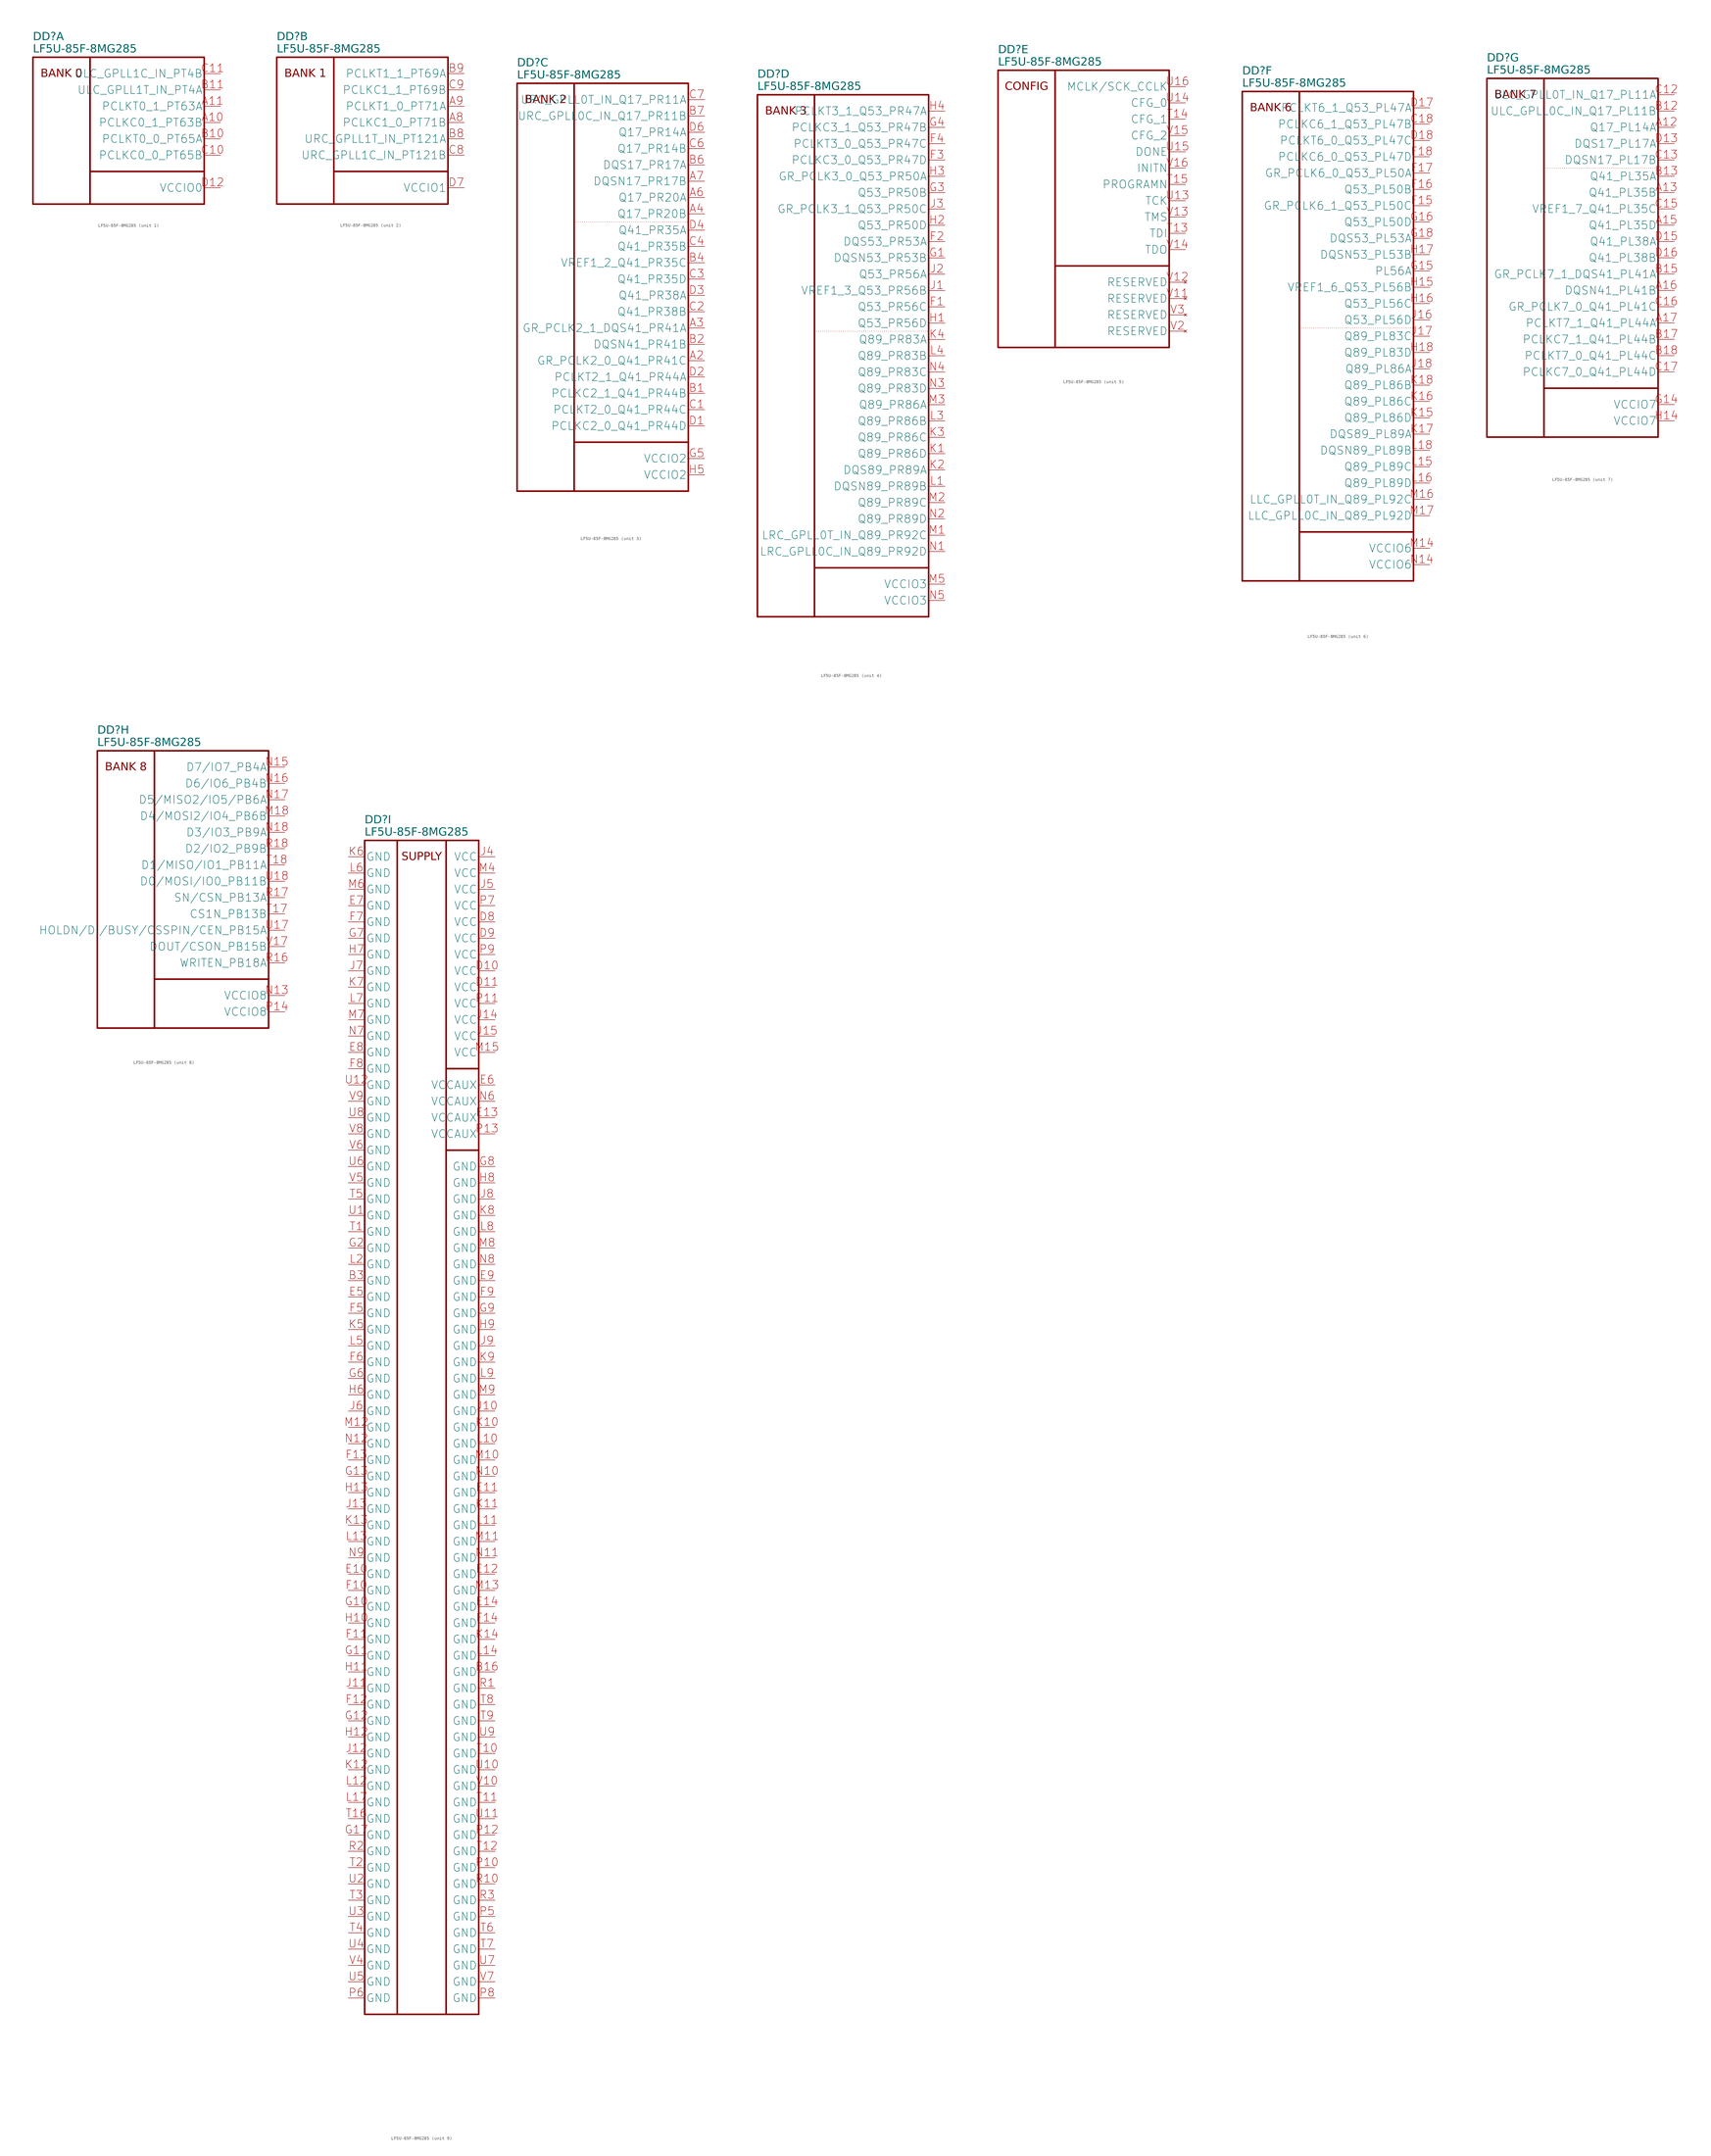
<source format=kicad_sym>
(kicad_symbol_lib
  (version 20231120)
  (generator "kicad_symbol_editor")
  (generator_version "8.0")
  (symbol "LF5U-85F-8MG285"
    (property "Reference" "DD"
      (at -17.78 26.67 0)
      (effects (font (face "GOST type A") (size 2.5 2.5) (italic yes)) (justify left)))
    (property "Value" "LF5U-85F-8MG285"
      (at -17.78 22.86 0)
      (effects (font (face "GOST type A") (size 2.5 2.5) (italic yes)) (justify left)))
    (property "ki_locked" ""
      (at 0 0 0)
      (effects (font (size 1.27 1.27))))
    (symbol "LF5U-85F-8MG285_1_1"
      (unit_name "BANK_0")
      (rectangle (start -17.78 20.32) (end 0 -25.4) (stroke (width 0.5) (type default)) (fill (type none)))
      (polyline (pts (xy 35.56 -15.24) (xy 0 -15.24)) (stroke (width 0.5) (type default)) (fill (type none)))
      (rectangle (start 0 20.32) (end 35.56 -25.4) (stroke (width 0.5) (type default)) (fill (type none)))
      (text "BANK 0" (at -8.89 15.24 0) (effects (font (face "GOST type A") (size 2.5 2.5) (italic yes))))
      (pin bidirectional line (at 40.64 0 180) (length 5) (name "PCLKC0_1_PT63B" (effects (font (size 2.5 2.5)))) (number "A10" (effects (font (size 2.5 2.5)))))
      (pin bidirectional line (at 40.64 5.08 180) (length 5) (name "PCLKT0_1_PT63A" (effects (font (size 2.5 2.5)))) (number "A11" (effects (font (size 2.5 2.5)))))
      (pin bidirectional line (at 40.64 -5.08 180) (length 5) (name "PCLKT0_0_PT65A" (effects (font (size 2.5 2.5)))) (number "B10" (effects (font (size 2.5 2.5)))))
      (pin bidirectional line (at 40.64 10.16 180) (length 5) (name "ULC_GPLL1T_IN_PT4A" (effects (font (size 2.5 2.5)))) (number "B11" (effects (font (size 2.5 2.5)))))
      (pin bidirectional line (at 40.64 -10.16 180) (length 5) (name "PCLKC0_0_PT65B" (effects (font (size 2.5 2.5)))) (number "C10" (effects (font (size 2.5 2.5)))))
      (pin bidirectional line (at 40.64 15.24 180) (length 5) (name "ULC_GPLL1C_IN_PT4B" (effects (font (size 2.5 2.5)))) (number "C11" (effects (font (size 2.5 2.5)))))
      (pin power_in line (at 40.64 -20.32 180) (length 5) (name "VCCIO0" (effects (font (size 2.5 2.5)))) (number "D12" (effects (font (size 2.5 2.5))))))
    (symbol "LF5U-85F-8MG285_2_1"
      (unit_name "BANK_1")
      (rectangle (start -17.78 20.32) (end 0 -25.4) (stroke (width 0.5) (type default)) (fill (type none)))
      (polyline (pts (xy 35.56 -15.24) (xy 0 -15.24)) (stroke (width 0.5) (type default)) (fill (type none)))
      (rectangle (start 0 20.32) (end 35.56 -25.4) (stroke (width 0.5) (type default)) (fill (type none)))
      (text "BANK 1" (at -8.89 15.24 0) (effects (font (face "GOST type A") (size 2.5 2.5) (italic yes))))
      (pin bidirectional line (at 40.64 0 180) (length 5) (name "PCLKC1_0_PT71B" (effects (font (size 2.5 2.5)))) (number "A8" (effects (font (size 2.5 2.5)))))
      (pin bidirectional line (at 40.64 5.08 180) (length 5) (name "PCLKT1_0_PT71A" (effects (font (size 2.5 2.5)))) (number "A9" (effects (font (size 2.5 2.5)))))
      (pin bidirectional line (at 40.64 -5.08 180) (length 5) (name "URC_GPLL1T_IN_PT121A" (effects (font (size 2.5 2.5)))) (number "B8" (effects (font (size 2.5 2.5)))))
      (pin bidirectional line (at 40.64 15.24 180) (length 5) (name "PCLKT1_1_PT69A" (effects (font (size 2.5 2.5)))) (number "B9" (effects (font (size 2.5 2.5)))))
      (pin bidirectional line (at 40.64 -10.16 180) (length 5) (name "URC_GPLL1C_IN_PT121B" (effects (font (size 2.5 2.5)))) (number "C8" (effects (font (size 2.5 2.5)))))
      (pin bidirectional line (at 40.64 10.16 180) (length 5) (name "PCLKC1_1_PT69B" (effects (font (size 2.5 2.5)))) (number "C9" (effects (font (size 2.5 2.5)))))
      (pin power_in line (at 40.64 -20.32 180) (length 5) (name "VCCIO1" (effects (font (size 2.5 2.5)))) (number "D7" (effects (font (size 2.5 2.5))))))
    (symbol "LF5U-85F-8MG285_3_1"
      (unit_name "BANK_2")
      (rectangle (start -17.78 20.32) (end 0 -106.68) (stroke (width 0.5) (type default)) (fill (type none)))
      (polyline (pts (xy 0 -22.86) (xy 35.56 -22.86)) (stroke (width 0) (type dot)) (fill (type none)))
      (polyline (pts (xy 35.56 -91.44) (xy 0 -91.44)) (stroke (width 0.5) (type default)) (fill (type none)))
      (rectangle (start 0 20.32) (end 35.56 -106.68) (stroke (width 0.5) (type default)) (fill (type none)))
      (text "BANK 2" (at -8.89 15.24 0) (effects (font (face "GOST type A") (size 2.5 2.5) (italic yes))))
      (pin bidirectional line (at 40.64 -66.04 180) (length 5) (name "GR_PCLK2_0_Q41_PR41C" (effects (font (size 2.5 2.5)))) (number "A2" (effects (font (size 2.5 2.5)))))
      (pin bidirectional line (at 40.64 -55.88 180) (length 5) (name "GR_PCLK2_1_DQS41_PR41A" (effects (font (size 2.5 2.5)))) (number "A3" (effects (font (size 2.5 2.5)))))
      (pin bidirectional line (at 40.64 -20.32 180) (length 5) (name "Q17_PR20B" (effects (font (size 2.5 2.5)))) (number "A4" (effects (font (size 2.5 2.5)))))
      (pin bidirectional line (at 40.64 -15.24 180) (length 5) (name "Q17_PR20A" (effects (font (size 2.5 2.5)))) (number "A6" (effects (font (size 2.5 2.5)))))
      (pin bidirectional line (at 40.64 -10.16 180) (length 5) (name "DQSN17_PR17B" (effects (font (size 2.5 2.5)))) (number "A7" (effects (font (size 2.5 2.5)))))
      (pin bidirectional line (at 40.64 -76.2 180) (length 5) (name "PCLKC2_1_Q41_PR44B" (effects (font (size 2.5 2.5)))) (number "B1" (effects (font (size 2.5 2.5)))))
      (pin bidirectional line (at 40.64 -60.96 180) (length 5) (name "DQSN41_PR41B" (effects (font (size 2.5 2.5)))) (number "B2" (effects (font (size 2.5 2.5)))))
      (pin bidirectional line (at 40.64 -35.56 180) (length 5) (name "VREF1_2_Q41_PR35C" (effects (font (size 2.5 2.5)))) (number "B4" (effects (font (size 2.5 2.5)))))
      (pin bidirectional line (at 40.64 -5.08 180) (length 5) (name "DQS17_PR17A" (effects (font (size 2.5 2.5)))) (number "B6" (effects (font (size 2.5 2.5)))))
      (pin bidirectional line (at 40.64 10.16 180) (length 5) (name "URC_GPLL0C_IN_Q17_PR11B" (effects (font (size 2.5 2.5)))) (number "B7" (effects (font (size 2.5 2.5)))))
      (pin bidirectional line (at 40.64 -81.28 180) (length 5) (name "PCLKT2_0_Q41_PR44C" (effects (font (size 2.5 2.5)))) (number "C1" (effects (font (size 2.5 2.5)))))
      (pin bidirectional line (at 40.64 -50.8 180) (length 5) (name "Q41_PR38B" (effects (font (size 2.5 2.5)))) (number "C2" (effects (font (size 2.5 2.5)))))
      (pin bidirectional line (at 40.64 -40.64 180) (length 5) (name "Q41_PR35D" (effects (font (size 2.5 2.5)))) (number "C3" (effects (font (size 2.5 2.5)))))
      (pin bidirectional line (at 40.64 -30.48 180) (length 5) (name "Q41_PR35B" (effects (font (size 2.5 2.5)))) (number "C4" (effects (font (size 2.5 2.5)))))
      (pin bidirectional line (at 40.64 0 180) (length 5) (name "Q17_PR14B" (effects (font (size 2.5 2.5)))) (number "C6" (effects (font (size 2.5 2.5)))))
      (pin bidirectional line (at 40.64 15.24 180) (length 5) (name "URC_GPLL0T_IN_Q17_PR11A" (effects (font (size 2.5 2.5)))) (number "C7" (effects (font (size 2.5 2.5)))))
      (pin bidirectional line (at 40.64 -86.36 180) (length 5) (name "PCLKC2_0_Q41_PR44D" (effects (font (size 2.5 2.5)))) (number "D1" (effects (font (size 2.5 2.5)))))
      (pin bidirectional line (at 40.64 -71.12 180) (length 5) (name "PCLKT2_1_Q41_PR44A" (effects (font (size 2.5 2.5)))) (number "D2" (effects (font (size 2.5 2.5)))))
      (pin bidirectional line (at 40.64 -45.72 180) (length 5) (name "Q41_PR38A" (effects (font (size 2.5 2.5)))) (number "D3" (effects (font (size 2.5 2.5)))))
      (pin bidirectional line (at 40.64 -25.4 180) (length 5) (name "Q41_PR35A" (effects (font (size 2.5 2.5)))) (number "D4" (effects (font (size 2.5 2.5)))))
      (pin bidirectional line (at 40.64 5.08 180) (length 5) (name "Q17_PR14A" (effects (font (size 2.5 2.5)))) (number "D6" (effects (font (size 2.5 2.5)))))
      (pin power_in line (at 40.64 -96.52 180) (length 5) (name "VCCIO2" (effects (font (size 2.5 2.5)))) (number "G5" (effects (font (size 2.5 2.5)))))
      (pin power_in line (at 40.64 -101.6 180) (length 5) (name "VCCIO2" (effects (font (size 2.5 2.5)))) (number "H5" (effects (font (size 2.5 2.5))))))
    (symbol "LF5U-85F-8MG285_4_1"
      (unit_name "BANK_3")
      (rectangle (start -17.78 20.32) (end 0 -142.24) (stroke (width 0.5) (type default)) (fill (type none)))
      (polyline (pts (xy 0 -53.34) (xy 35.56 -53.34)) (stroke (width 0) (type dot)) (fill (type none)))
      (polyline (pts (xy 35.56 -127) (xy 0 -127)) (stroke (width 0.5) (type default)) (fill (type none)))
      (rectangle (start 0 20.32) (end 35.56 -142.24) (stroke (width 0.5) (type default)) (fill (type none)))
      (text "BANK 3" (at -8.89 15.24 0) (effects (font (face "GOST type A") (size 2.5 2.5) (italic yes))))
      (pin bidirectional line (at 40.64 -45.72 180) (length 5) (name "Q53_PR56C" (effects (font (size 2.5 2.5)))) (number "F1" (effects (font (size 2.5 2.5)))))
      (pin bidirectional line (at 40.64 -25.4 180) (length 5) (name "DQS53_PR53A" (effects (font (size 2.5 2.5)))) (number "F2" (effects (font (size 2.5 2.5)))))
      (pin bidirectional line (at 40.64 0 180) (length 5) (name "PCLKC3_0_Q53_PR47D" (effects (font (size 2.5 2.5)))) (number "F3" (effects (font (size 2.5 2.5)))))
      (pin bidirectional line (at 40.64 5.08 180) (length 5) (name "PCLKT3_0_Q53_PR47C" (effects (font (size 2.5 2.5)))) (number "F4" (effects (font (size 2.5 2.5)))))
      (pin bidirectional line (at 40.64 -30.48 180) (length 5) (name "DQSN53_PR53B" (effects (font (size 2.5 2.5)))) (number "G1" (effects (font (size 2.5 2.5)))))
      (pin bidirectional line (at 40.64 -10.16 180) (length 5) (name "Q53_PR50B" (effects (font (size 2.5 2.5)))) (number "G3" (effects (font (size 2.5 2.5)))))
      (pin bidirectional line (at 40.64 10.16 180) (length 5) (name "PCLKC3_1_Q53_PR47B" (effects (font (size 2.5 2.5)))) (number "G4" (effects (font (size 2.5 2.5)))))
      (pin bidirectional line (at 40.64 -50.8 180) (length 5) (name "Q53_PR56D" (effects (font (size 2.5 2.5)))) (number "H1" (effects (font (size 2.5 2.5)))))
      (pin bidirectional line (at 40.64 -20.32 180) (length 5) (name "Q53_PR50D" (effects (font (size 2.5 2.5)))) (number "H2" (effects (font (size 2.5 2.5)))))
      (pin bidirectional line (at 40.64 -5.08 180) (length 5) (name "GR_PCLK3_0_Q53_PR50A" (effects (font (size 2.5 2.5)))) (number "H3" (effects (font (size 2.5 2.5)))))
      (pin bidirectional line (at 40.64 15.24 180) (length 5) (name "PCLKT3_1_Q53_PR47A" (effects (font (size 2.5 2.5)))) (number "H4" (effects (font (size 2.5 2.5)))))
      (pin bidirectional line (at 40.64 -40.64 180) (length 5) (name "VREF1_3_Q53_PR56B" (effects (font (size 2.5 2.5)))) (number "J1" (effects (font (size 2.5 2.5)))))
      (pin bidirectional line (at 40.64 -35.56 180) (length 5) (name "Q53_PR56A" (effects (font (size 2.5 2.5)))) (number "J2" (effects (font (size 2.5 2.5)))))
      (pin bidirectional line (at 40.64 -15.24 180) (length 5) (name "GR_PCLK3_1_Q53_PR50C" (effects (font (size 2.5 2.5)))) (number "J3" (effects (font (size 2.5 2.5)))))
      (pin bidirectional line (at 40.64 -91.44 180) (length 5) (name "Q89_PR86D" (effects (font (size 2.5 2.5)))) (number "K1" (effects (font (size 2.5 2.5)))))
      (pin bidirectional line (at 40.64 -96.52 180) (length 5) (name "DQS89_PR89A" (effects (font (size 2.5 2.5)))) (number "K2" (effects (font (size 2.5 2.5)))))
      (pin bidirectional line (at 40.64 -86.36 180) (length 5) (name "Q89_PR86C" (effects (font (size 2.5 2.5)))) (number "K3" (effects (font (size 2.5 2.5)))))
      (pin bidirectional line (at 40.64 -55.88 180) (length 5) (name "Q89_PR83A" (effects (font (size 2.5 2.5)))) (number "K4" (effects (font (size 2.5 2.5)))))
      (pin bidirectional line (at 40.64 -101.6 180) (length 5) (name "DQSN89_PR89B" (effects (font (size 2.5 2.5)))) (number "L1" (effects (font (size 2.5 2.5)))))
      (pin bidirectional line (at 40.64 -81.28 180) (length 5) (name "Q89_PR86B" (effects (font (size 2.5 2.5)))) (number "L3" (effects (font (size 2.5 2.5)))))
      (pin bidirectional line (at 40.64 -60.96 180) (length 5) (name "Q89_PR83B" (effects (font (size 2.5 2.5)))) (number "L4" (effects (font (size 2.5 2.5)))))
      (pin bidirectional line (at 40.64 -116.84 180) (length 5) (name "LRC_GPLL0T_IN_Q89_PR92C" (effects (font (size 2.5 2.5)))) (number "M1" (effects (font (size 2.5 2.5)))))
      (pin bidirectional line (at 40.64 -106.68 180) (length 5) (name "Q89_PR89C" (effects (font (size 2.5 2.5)))) (number "M2" (effects (font (size 2.5 2.5)))))
      (pin bidirectional line (at 40.64 -76.2 180) (length 5) (name "Q89_PR86A" (effects (font (size 2.5 2.5)))) (number "M3" (effects (font (size 2.5 2.5)))))
      (pin power_in line (at 40.64 -132.08 180) (length 5) (name "VCCIO3" (effects (font (size 2.5 2.5)))) (number "M5" (effects (font (size 2.5 2.5)))))
      (pin bidirectional line (at 40.64 -121.92 180) (length 5) (name "LRC_GPLL0C_IN_Q89_PR92D" (effects (font (size 2.5 2.5)))) (number "N1" (effects (font (size 2.5 2.5)))))
      (pin bidirectional line (at 40.64 -111.76 180) (length 5) (name "Q89_PR89D" (effects (font (size 2.5 2.5)))) (number "N2" (effects (font (size 2.5 2.5)))))
      (pin bidirectional line (at 40.64 -71.12 180) (length 5) (name "Q89_PR83D" (effects (font (size 2.5 2.5)))) (number "N3" (effects (font (size 2.5 2.5)))))
      (pin bidirectional line (at 40.64 -66.04 180) (length 5) (name "Q89_PR83C" (effects (font (size 2.5 2.5)))) (number "N4" (effects (font (size 2.5 2.5)))))
      (pin power_in line (at 40.64 -137.16 180) (length 5) (name "VCCIO3" (effects (font (size 2.5 2.5)))) (number "N5" (effects (font (size 2.5 2.5))))))
    (symbol "LF5U-85F-8MG285_5_1"
      (unit_name "CONFIG")
      (rectangle (start -17.78 20.32) (end 0 -66.04) (stroke (width 0.5) (type default)) (fill (type none)))
      (polyline (pts (xy 35.56 -40.64) (xy 0 -40.64)) (stroke (width 0.5) (type default)) (fill (type none)))
      (rectangle (start 0 20.32) (end 35.56 -66.04) (stroke (width 0.5) (type default)) (fill (type none)))
      (text "CONFIG" (at -8.89 15.24 0) (effects (font (face "GOST type A") (size 2.5 2.5) (italic yes))))
      (pin input line (at 40.64 -30.48 180) (length 5) (name "TDI" (effects (font (size 2.5 2.5)))) (number "T13" (effects (font (size 2.5 2.5)))))
      (pin passive line (at 40.64 5.08 180) (length 5) (name "CFG_1" (effects (font (size 2.5 2.5)))) (number "T14" (effects (font (size 2.5 2.5)))))
      (pin open_collector line (at 40.64 -15.24 180) (length 5) (name "PROGRAMN" (effects (font (size 2.5 2.5)))) (number "T15" (effects (font (size 2.5 2.5)))))
      (pin input line (at 40.64 -20.32 180) (length 5) (name "TCK" (effects (font (size 2.5 2.5)))) (number "U13" (effects (font (size 2.5 2.5)))))
      (pin passive line (at 40.64 10.16 180) (length 5) (name "CFG_0" (effects (font (size 2.5 2.5)))) (number "U14" (effects (font (size 2.5 2.5)))))
      (pin open_collector line (at 40.64 -5.08 180) (length 5) (name "DONE" (effects (font (size 2.5 2.5)))) (number "U15" (effects (font (size 2.5 2.5)))))
      (pin open_collector line (at 40.64 15.24 180) (length 5) (name "MCLK/SCK_CCLK" (effects (font (size 2.5 2.5)))) (number "U16" (effects (font (size 2.5 2.5)))))
      (pin no_connect line (at 40.64 -50.8 180) (length 5) (name "RESERVED" (effects (font (size 2.5 2.5)))) (number "V11" (effects (font (size 2.5 2.5)))))
      (pin no_connect line (at 40.64 -45.72 180) (length 5) (name "RESERVED" (effects (font (size 2.5 2.5)))) (number "V12" (effects (font (size 2.5 2.5)))))
      (pin input line (at 40.64 -25.4 180) (length 5) (name "TMS" (effects (font (size 2.5 2.5)))) (number "V13" (effects (font (size 2.5 2.5)))))
      (pin output line (at 40.64 -35.56 180) (length 5) (name "TDO" (effects (font (size 2.5 2.5)))) (number "V14" (effects (font (size 2.5 2.5)))))
      (pin passive line (at 40.64 0 180) (length 5) (name "CFG_2" (effects (font (size 2.5 2.5)))) (number "V15" (effects (font (size 2.5 2.5)))))
      (pin open_collector line (at 40.64 -10.16 180) (length 5) (name "INITN" (effects (font (size 2.5 2.5)))) (number "V16" (effects (font (size 2.5 2.5)))))
      (pin no_connect line (at 40.64 -60.96 180) (length 5) (name "RESERVED" (effects (font (size 2.5 2.5)))) (number "V2" (effects (font (size 2.5 2.5)))))
      (pin no_connect line (at 40.64 -55.88 180) (length 5) (name "RESERVED" (effects (font (size 2.5 2.5)))) (number "V3" (effects (font (size 2.5 2.5))))))
    (symbol "LF5U-85F-8MG285_6_1"
      (unit_name "BANK_6")
      (rectangle (start -17.78 20.32) (end 0 -132.08) (stroke (width 0.5) (type default)) (fill (type none)))
      (polyline (pts (xy 0 -53.34) (xy 35.56 -53.34)) (stroke (width 0) (type dot)) (fill (type none)))
      (polyline (pts (xy 35.56 -116.84) (xy 0 -116.84)) (stroke (width 0.5) (type default)) (fill (type none)))
      (rectangle (start 0 20.32) (end 35.56 -132.08) (stroke (width 0.5) (type default)) (fill (type none)))
      (text "BANK 6" (at -8.89 15.24 0) (effects (font (face "GOST type A") (size 2.5 2.5) (italic yes))))
      (pin bidirectional line (at 40.64 10.16 180) (length 5) (name "PCLKC6_1_Q53_PL47B" (effects (font (size 2.5 2.5)))) (number "C18" (effects (font (size 2.5 2.5)))))
      (pin bidirectional line (at 40.64 15.24 180) (length 5) (name "PCLKT6_1_Q53_PL47A" (effects (font (size 2.5 2.5)))) (number "D17" (effects (font (size 2.5 2.5)))))
      (pin bidirectional line (at 40.64 5.08 180) (length 5) (name "PCLKT6_0_Q53_PL47C" (effects (font (size 2.5 2.5)))) (number "D18" (effects (font (size 2.5 2.5)))))
      (pin bidirectional line (at 40.64 -15.24 180) (length 5) (name "GR_PCLK6_1_Q53_PL50C" (effects (font (size 2.5 2.5)))) (number "F15" (effects (font (size 2.5 2.5)))))
      (pin bidirectional line (at 40.64 -10.16 180) (length 5) (name "Q53_PL50B" (effects (font (size 2.5 2.5)))) (number "F16" (effects (font (size 2.5 2.5)))))
      (pin bidirectional line (at 40.64 -5.08 180) (length 5) (name "GR_PCLK6_0_Q53_PL50A" (effects (font (size 2.5 2.5)))) (number "F17" (effects (font (size 2.5 2.5)))))
      (pin bidirectional line (at 40.64 0 180) (length 5) (name "PCLKC6_0_Q53_PL47D" (effects (font (size 2.5 2.5)))) (number "F18" (effects (font (size 2.5 2.5)))))
      (pin bidirectional line (at 40.64 -35.56 180) (length 5) (name "PL56A" (effects (font (size 2.5 2.5)))) (number "G15" (effects (font (size 2.5 2.5)))))
      (pin bidirectional line (at 40.64 -20.32 180) (length 5) (name "Q53_PL50D" (effects (font (size 2.5 2.5)))) (number "G16" (effects (font (size 2.5 2.5)))))
      (pin bidirectional line (at 40.64 -25.4 180) (length 5) (name "DQS53_PL53A" (effects (font (size 2.5 2.5)))) (number "G18" (effects (font (size 2.5 2.5)))))
      (pin bidirectional line (at 40.64 -40.64 180) (length 5) (name "VREF1_6_Q53_PL56B" (effects (font (size 2.5 2.5)))) (number "H15" (effects (font (size 2.5 2.5)))))
      (pin bidirectional line (at 40.64 -45.72 180) (length 5) (name "Q53_PL56C" (effects (font (size 2.5 2.5)))) (number "H16" (effects (font (size 2.5 2.5)))))
      (pin bidirectional line (at 40.64 -30.48 180) (length 5) (name "DQSN53_PL53B" (effects (font (size 2.5 2.5)))) (number "H17" (effects (font (size 2.5 2.5)))))
      (pin bidirectional line (at 40.64 -60.96 180) (length 5) (name "Q89_PL83D" (effects (font (size 2.5 2.5)))) (number "H18" (effects (font (size 2.5 2.5)))))
      (pin bidirectional line (at 40.64 -50.8 180) (length 5) (name "Q53_PL56D" (effects (font (size 2.5 2.5)))) (number "J16" (effects (font (size 2.5 2.5)))))
      (pin bidirectional line (at 40.64 -55.88 180) (length 5) (name "Q89_PL83C" (effects (font (size 2.5 2.5)))) (number "J17" (effects (font (size 2.5 2.5)))))
      (pin bidirectional line (at 40.64 -66.04 180) (length 5) (name "Q89_PL86A" (effects (font (size 2.5 2.5)))) (number "J18" (effects (font (size 2.5 2.5)))))
      (pin bidirectional line (at 40.64 -81.28 180) (length 5) (name "Q89_PL86D" (effects (font (size 2.5 2.5)))) (number "K15" (effects (font (size 2.5 2.5)))))
      (pin bidirectional line (at 40.64 -76.2 180) (length 5) (name "Q89_PL86C" (effects (font (size 2.5 2.5)))) (number "K16" (effects (font (size 2.5 2.5)))))
      (pin bidirectional line (at 40.64 -86.36 180) (length 5) (name "DQS89_PL89A" (effects (font (size 2.5 2.5)))) (number "K17" (effects (font (size 2.5 2.5)))))
      (pin bidirectional line (at 40.64 -71.12 180) (length 5) (name "Q89_PL86B" (effects (font (size 2.5 2.5)))) (number "K18" (effects (font (size 2.5 2.5)))))
      (pin bidirectional line (at 40.64 -96.52 180) (length 5) (name "Q89_PL89C" (effects (font (size 2.5 2.5)))) (number "L15" (effects (font (size 2.5 2.5)))))
      (pin bidirectional line (at 40.64 -101.6 180) (length 5) (name "Q89_PL89D" (effects (font (size 2.5 2.5)))) (number "L16" (effects (font (size 2.5 2.5)))))
      (pin bidirectional line (at 40.64 -91.44 180) (length 5) (name "DQSN89_PL89B" (effects (font (size 2.5 2.5)))) (number "L18" (effects (font (size 2.5 2.5)))))
      (pin power_in line (at 40.64 -121.92 180) (length 5) (name "VCCIO6" (effects (font (size 2.5 2.5)))) (number "M14" (effects (font (size 2.5 2.5)))))
      (pin bidirectional line (at 40.64 -106.68 180) (length 5) (name "LLC_GPLL0T_IN_Q89_PL92C" (effects (font (size 2.5 2.5)))) (number "M16" (effects (font (size 2.5 2.5)))))
      (pin bidirectional line (at 40.64 -111.76 180) (length 5) (name "LLC_GPLL0C_IN_Q89_PL92D" (effects (font (size 2.5 2.5)))) (number "M17" (effects (font (size 2.5 2.5)))))
      (pin power_in line (at 40.64 -127 180) (length 5) (name "VCCIO6" (effects (font (size 2.5 2.5)))) (number "N14" (effects (font (size 2.5 2.5))))))
    (symbol "LF5U-85F-8MG285_7_1"
      (unit_name "BANK_7")
      (rectangle (start -17.78 20.32) (end 0 -91.44) (stroke (width 0.5) (type default)) (fill (type none)))
      (polyline (pts (xy 0 -7.62) (xy 35.56 -7.62)) (stroke (width 0) (type dot)) (fill (type none)))
      (polyline (pts (xy 35.56 -76.2) (xy 0 -76.2)) (stroke (width 0.5) (type default)) (fill (type none)))
      (rectangle (start 0 20.32) (end 35.56 -91.44) (stroke (width 0.5) (type default)) (fill (type none)))
      (text "BANK 7" (at -8.89 15.24 0) (effects (font (face "GOST type A") (size 2.5 2.5) (italic yes))))
      (pin bidirectional line (at 40.64 5.08 180) (length 5) (name "Q17_PL14A" (effects (font (size 2.5 2.5)))) (number "A12" (effects (font (size 2.5 2.5)))))
      (pin bidirectional line (at 40.64 -15.24 180) (length 5) (name "Q41_PL35B" (effects (font (size 2.5 2.5)))) (number "A13" (effects (font (size 2.5 2.5)))))
      (pin bidirectional line (at 40.64 -25.4 180) (length 5) (name "Q41_PL35D" (effects (font (size 2.5 2.5)))) (number "A15" (effects (font (size 2.5 2.5)))))
      (pin bidirectional line (at 40.64 -45.72 180) (length 5) (name "DQSN41_PL41B" (effects (font (size 2.5 2.5)))) (number "A16" (effects (font (size 2.5 2.5)))))
      (pin bidirectional line (at 40.64 -55.88 180) (length 5) (name "PCLKT7_1_Q41_PL44A" (effects (font (size 2.5 2.5)))) (number "A17" (effects (font (size 2.5 2.5)))))
      (pin bidirectional line (at 40.64 10.16 180) (length 5) (name "ULC_GPLL0C_IN_Q17_PL11B" (effects (font (size 2.5 2.5)))) (number "B12" (effects (font (size 2.5 2.5)))))
      (pin bidirectional line (at 40.64 -10.16 180) (length 5) (name "Q41_PL35A" (effects (font (size 2.5 2.5)))) (number "B13" (effects (font (size 2.5 2.5)))))
      (pin bidirectional line (at 40.64 -40.64 180) (length 5) (name "GR_PCLK7_1_DQS41_PL41A" (effects (font (size 2.5 2.5)))) (number "B15" (effects (font (size 2.5 2.5)))))
      (pin bidirectional line (at 40.64 -60.96 180) (length 5) (name "PCLKC7_1_Q41_PL44B" (effects (font (size 2.5 2.5)))) (number "B17" (effects (font (size 2.5 2.5)))))
      (pin bidirectional line (at 40.64 -66.04 180) (length 5) (name "PCLKT7_0_Q41_PL44C" (effects (font (size 2.5 2.5)))) (number "B18" (effects (font (size 2.5 2.5)))))
      (pin bidirectional line (at 40.64 15.24 180) (length 5) (name "ULC_GPLL0T_IN_Q17_PL11A" (effects (font (size 2.5 2.5)))) (number "C12" (effects (font (size 2.5 2.5)))))
      (pin bidirectional line (at 40.64 -5.08 180) (length 5) (name "DQSN17_PL17B" (effects (font (size 2.5 2.5)))) (number "C13" (effects (font (size 2.5 2.5)))))
      (pin bidirectional line (at 40.64 -20.32 180) (length 5) (name "VREF1_7_Q41_PL35C" (effects (font (size 2.5 2.5)))) (number "C15" (effects (font (size 2.5 2.5)))))
      (pin bidirectional line (at 40.64 -50.8 180) (length 5) (name "GR_PCLK7_0_Q41_PL41C" (effects (font (size 2.5 2.5)))) (number "C16" (effects (font (size 2.5 2.5)))))
      (pin bidirectional line (at 40.64 -71.12 180) (length 5) (name "PCLKC7_0_Q41_PL44D" (effects (font (size 2.5 2.5)))) (number "C17" (effects (font (size 2.5 2.5)))))
      (pin bidirectional line (at 40.64 0 180) (length 5) (name "DQS17_PL17A" (effects (font (size 2.5 2.5)))) (number "D13" (effects (font (size 2.5 2.5)))))
      (pin bidirectional line (at 40.64 -30.48 180) (length 5) (name "Q41_PL38A" (effects (font (size 2.5 2.5)))) (number "D15" (effects (font (size 2.5 2.5)))))
      (pin bidirectional line (at 40.64 -35.56 180) (length 5) (name "Q41_PL38B" (effects (font (size 2.5 2.5)))) (number "D16" (effects (font (size 2.5 2.5)))))
      (pin power_in line (at 40.64 -81.28 180) (length 5) (name "VCCIO7" (effects (font (size 2.5 2.5)))) (number "G14" (effects (font (size 2.5 2.5)))))
      (pin power_in line (at 40.64 -86.36 180) (length 5) (name "VCCIO7" (effects (font (size 2.5 2.5)))) (number "H14" (effects (font (size 2.5 2.5))))))
    (symbol "LF5U-85F-8MG285_8_1"
      (unit_name "BANK_8")
      (rectangle (start -17.78 20.32) (end 0 -66.04) (stroke (width 0.5) (type default)) (fill (type none)))
      (polyline (pts (xy 35.56 -50.8) (xy 0 -50.8)) (stroke (width 0.5) (type default)) (fill (type none)))
      (rectangle (start 0 20.32) (end 35.56 -66.04) (stroke (width 0.5) (type default)) (fill (type none)))
      (text "BANK 8" (at -8.89 15.24 0) (effects (font (face "GOST type A") (size 2.5 2.5) (italic yes))))
      (pin bidirectional line (at 40.64 0 180) (length 5) (name "D4/MOSI2/IO4_PB6B" (effects (font (size 2.5 2.5)))) (number "M18" (effects (font (size 2.5 2.5)))))
      (pin power_in line (at 40.64 -55.88 180) (length 5) (name "VCCIO8" (effects (font (size 2.5 2.5)))) (number "N13" (effects (font (size 2.5 2.5)))))
      (pin bidirectional line (at 40.64 15.24 180) (length 5) (name "D7/IO7_PB4A" (effects (font (size 2.5 2.5)))) (number "N15" (effects (font (size 2.5 2.5)))))
      (pin bidirectional line (at 40.64 10.16 180) (length 5) (name "D6/IO6_PB4B" (effects (font (size 2.5 2.5)))) (number "N16" (effects (font (size 2.5 2.5)))))
      (pin bidirectional line (at 40.64 5.08 180) (length 5) (name "D5/MISO2/IO5/PB6A" (effects (font (size 2.5 2.5)))) (number "N17" (effects (font (size 2.5 2.5)))))
      (pin bidirectional line (at 40.64 -5.08 180) (length 5) (name "D3/IO3_PB9A" (effects (font (size 2.5 2.5)))) (number "N18" (effects (font (size 2.5 2.5)))))
      (pin power_in line (at 40.64 -60.96 180) (length 5) (name "VCCIO8" (effects (font (size 2.5 2.5)))) (number "P14" (effects (font (size 2.5 2.5)))))
      (pin bidirectional line (at 40.64 -45.72 180) (length 5) (name "WRITEN_PB18A" (effects (font (size 2.5 2.5)))) (number "R16" (effects (font (size 2.5 2.5)))))
      (pin bidirectional line (at 40.64 -25.4 180) (length 5) (name "SN/CSN_PB13A" (effects (font (size 2.5 2.5)))) (number "R17" (effects (font (size 2.5 2.5)))))
      (pin bidirectional line (at 40.64 -10.16 180) (length 5) (name "D2/IO2_PB9B" (effects (font (size 2.5 2.5)))) (number "R18" (effects (font (size 2.5 2.5)))))
      (pin bidirectional line (at 40.64 -30.48 180) (length 5) (name "CS1N_PB13B" (effects (font (size 2.5 2.5)))) (number "T17" (effects (font (size 2.5 2.5)))))
      (pin bidirectional line (at 40.64 -15.24 180) (length 5) (name "D1/MISO/IO1_PB11A" (effects (font (size 2.5 2.5)))) (number "T18" (effects (font (size 2.5 2.5)))))
      (pin bidirectional line (at 40.64 -35.56 180) (length 5) (name "HOLDN/DI/BUSY/CSSPIN/CEN_PB15A" (effects (font (size 2.5 2.5)))) (number "U17" (effects (font (size 2.5 2.5)))))
      (pin bidirectional line (at 40.64 -20.32 180) (length 5) (name "D0/MOSI/IO0_PB11B" (effects (font (size 2.5 2.5)))) (number "U18" (effects (font (size 2.5 2.5)))))
      (pin bidirectional line (at 40.64 -40.64 180) (length 5) (name "DOUT/CSON_PB15B" (effects (font (size 2.5 2.5)))) (number "V17" (effects (font (size 2.5 2.5))))))
    (symbol "LF5U-85F-8MG285_9_1"
      (unit_name "SUPPLY")
      (rectangle (start -17.78 20.32) (end -7.62 -345.44) (stroke (width 0.5) (type default)) (fill (type none)))
      (rectangle (start -7.62 20.32) (end 7.62 -345.44) (stroke (width 0.5) (type default)) (fill (type none)))
      (rectangle (start 7.62 -76.2) (end 17.78 -345.44) (stroke (width 0.5) (type default)) (fill (type none)))
      (rectangle (start 7.62 -50.8) (end 17.78 -76.2) (stroke (width 0.5) (type default)) (fill (type none)))
      (rectangle (start 7.62 -50.8) (end 17.78 20.32) (stroke (width 0.5) (type default)) (fill (type none)))
      (text "SUPPLY" (at 0 15.24 0) (effects (font (face "GOST type A") (size 2.5 2.5) (italic yes))))
      (pin power_in line (at 22.86 -238.76 180) (length 5) (name "GND" (effects (font (size 2.5 2.5)))) (number "B16" (effects (font (size 2.5 2.5)))))
      (pin power_in line (at -22.86 -116.84 0) (length 5) (name "GND" (effects (font (size 2.5 2.5)))) (number "B3" (effects (font (size 2.5 2.5)))))
      (pin power_in line (at 22.86 -20.32 180) (length 5) (name "VCC" (effects (font (size 2.5 2.5)))) (number "D10" (effects (font (size 2.5 2.5)))))
      (pin power_in line (at 22.86 -25.4 180) (length 5) (name "VCC" (effects (font (size 2.5 2.5)))) (number "D11" (effects (font (size 2.5 2.5)))))
      (pin power_in line (at 22.86 -5.08 180) (length 5) (name "VCC" (effects (font (size 2.5 2.5)))) (number "D8" (effects (font (size 2.5 2.5)))))
      (pin power_in line (at 22.86 -10.16 180) (length 5) (name "VCC" (effects (font (size 2.5 2.5)))) (number "D9" (effects (font (size 2.5 2.5)))))
      (pin power_in line (at -22.86 -208.28 0) (length 5) (name "GND" (effects (font (size 2.5 2.5)))) (number "E10" (effects (font (size 2.5 2.5)))))
      (pin power_in line (at 22.86 -182.88 180) (length 5) (name "GND" (effects (font (size 2.5 2.5)))) (number "E11" (effects (font (size 2.5 2.5)))))
      (pin power_in line (at 22.86 -208.28 180) (length 5) (name "GND" (effects (font (size 2.5 2.5)))) (number "E12" (effects (font (size 2.5 2.5)))))
      (pin power_in line (at 22.86 -66.04 180) (length 5) (name "VCCAUX" (effects (font (size 2.5 2.5)))) (number "E13" (effects (font (size 2.5 2.5)))))
      (pin power_in line (at 22.86 -218.44 180) (length 5) (name "GND" (effects (font (size 2.5 2.5)))) (number "E14" (effects (font (size 2.5 2.5)))))
      (pin power_in line (at -22.86 -121.92 0) (length 5) (name "GND" (effects (font (size 2.5 2.5)))) (number "E5" (effects (font (size 2.5 2.5)))))
      (pin power_in line (at 22.86 -55.88 180) (length 5) (name "VCCAUX" (effects (font (size 2.5 2.5)))) (number "E6" (effects (font (size 2.5 2.5)))))
      (pin power_in line (at -22.86 0 0) (length 5) (name "GND" (effects (font (size 2.5 2.5)))) (number "E7" (effects (font (size 2.5 2.5)))))
      (pin power_in line (at -22.86 -45.72 0) (length 5) (name "GND" (effects (font (size 2.5 2.5)))) (number "E8" (effects (font (size 2.5 2.5)))))
      (pin power_in line (at 22.86 -116.84 180) (length 5) (name "GND" (effects (font (size 2.5 2.5)))) (number "E9" (effects (font (size 2.5 2.5)))))
      (pin power_in line (at -22.86 -213.36 0) (length 5) (name "GND" (effects (font (size 2.5 2.5)))) (number "F10" (effects (font (size 2.5 2.5)))))
      (pin power_in line (at -22.86 -228.6 0) (length 5) (name "GND" (effects (font (size 2.5 2.5)))) (number "F11" (effects (font (size 2.5 2.5)))))
      (pin power_in line (at -22.86 -248.92 0) (length 5) (name "GND" (effects (font (size 2.5 2.5)))) (number "F12" (effects (font (size 2.5 2.5)))))
      (pin power_in line (at -22.86 -172.72 0) (length 5) (name "GND" (effects (font (size 2.5 2.5)))) (number "F13" (effects (font (size 2.5 2.5)))))
      (pin power_in line (at 22.86 -223.52 180) (length 5) (name "GND" (effects (font (size 2.5 2.5)))) (number "F14" (effects (font (size 2.5 2.5)))))
      (pin power_in line (at -22.86 -127 0) (length 5) (name "GND" (effects (font (size 2.5 2.5)))) (number "F5" (effects (font (size 2.5 2.5)))))
      (pin power_in line (at -22.86 -142.24 0) (length 5) (name "GND" (effects (font (size 2.5 2.5)))) (number "F6" (effects (font (size 2.5 2.5)))))
      (pin power_in line (at -22.86 -5.08 0) (length 5) (name "GND" (effects (font (size 2.5 2.5)))) (number "F7" (effects (font (size 2.5 2.5)))))
      (pin power_in line (at -22.86 -50.8 0) (length 5) (name "GND" (effects (font (size 2.5 2.5)))) (number "F8" (effects (font (size 2.5 2.5)))))
      (pin power_in line (at 22.86 -121.92 180) (length 5) (name "GND" (effects (font (size 2.5 2.5)))) (number "F9" (effects (font (size 2.5 2.5)))))
      (pin power_in line (at -22.86 -218.44 0) (length 5) (name "GND" (effects (font (size 2.5 2.5)))) (number "G10" (effects (font (size 2.5 2.5)))))
      (pin power_in line (at -22.86 -233.68 0) (length 5) (name "GND" (effects (font (size 2.5 2.5)))) (number "G11" (effects (font (size 2.5 2.5)))))
      (pin power_in line (at -22.86 -254 0) (length 5) (name "GND" (effects (font (size 2.5 2.5)))) (number "G12" (effects (font (size 2.5 2.5)))))
      (pin power_in line (at -22.86 -177.8 0) (length 5) (name "GND" (effects (font (size 2.5 2.5)))) (number "G13" (effects (font (size 2.5 2.5)))))
      (pin power_in line (at -22.86 -289.56 0) (length 5) (name "GND" (effects (font (size 2.5 2.5)))) (number "G17" (effects (font (size 2.5 2.5)))))
      (pin power_in line (at -22.86 -106.68 0) (length 5) (name "GND" (effects (font (size 2.5 2.5)))) (number "G2" (effects (font (size 2.5 2.5)))))
      (pin power_in line (at -22.86 -147.32 0) (length 5) (name "GND" (effects (font (size 2.5 2.5)))) (number "G6" (effects (font (size 2.5 2.5)))))
      (pin power_in line (at -22.86 -10.16 0) (length 5) (name "GND" (effects (font (size 2.5 2.5)))) (number "G7" (effects (font (size 2.5 2.5)))))
      (pin power_in line (at 22.86 -81.28 180) (length 5) (name "GND" (effects (font (size 2.5 2.5)))) (number "G8" (effects (font (size 2.5 2.5)))))
      (pin power_in line (at 22.86 -127 180) (length 5) (name "GND" (effects (font (size 2.5 2.5)))) (number "G9" (effects (font (size 2.5 2.5)))))
      (pin power_in line (at -22.86 -223.52 0) (length 5) (name "GND" (effects (font (size 2.5 2.5)))) (number "H10" (effects (font (size 2.5 2.5)))))
      (pin power_in line (at -22.86 -238.76 0) (length 5) (name "GND" (effects (font (size 2.5 2.5)))) (number "H11" (effects (font (size 2.5 2.5)))))
      (pin power_in line (at -22.86 -259.08 0) (length 5) (name "GND" (effects (font (size 2.5 2.5)))) (number "H12" (effects (font (size 2.5 2.5)))))
      (pin power_in line (at -22.86 -182.88 0) (length 5) (name "GND" (effects (font (size 2.5 2.5)))) (number "H13" (effects (font (size 2.5 2.5)))))
      (pin power_in line (at -22.86 -152.4 0) (length 5) (name "GND" (effects (font (size 2.5 2.5)))) (number "H6" (effects (font (size 2.5 2.5)))))
      (pin power_in line (at -22.86 -15.24 0) (length 5) (name "GND" (effects (font (size 2.5 2.5)))) (number "H7" (effects (font (size 2.5 2.5)))))
      (pin power_in line (at 22.86 -86.36 180) (length 5) (name "GND" (effects (font (size 2.5 2.5)))) (number "H8" (effects (font (size 2.5 2.5)))))
      (pin power_in line (at 22.86 -132.08 180) (length 5) (name "GND" (effects (font (size 2.5 2.5)))) (number "H9" (effects (font (size 2.5 2.5)))))
      (pin power_in line (at 22.86 -157.48 180) (length 5) (name "GND" (effects (font (size 2.5 2.5)))) (number "J10" (effects (font (size 2.5 2.5)))))
      (pin power_in line (at -22.86 -243.84 0) (length 5) (name "GND" (effects (font (size 2.5 2.5)))) (number "J11" (effects (font (size 2.5 2.5)))))
      (pin power_in line (at -22.86 -264.16 0) (length 5) (name "GND" (effects (font (size 2.5 2.5)))) (number "J12" (effects (font (size 2.5 2.5)))))
      (pin power_in line (at -22.86 -187.96 0) (length 5) (name "GND" (effects (font (size 2.5 2.5)))) (number "J13" (effects (font (size 2.5 2.5)))))
      (pin power_in line (at 22.86 -35.56 180) (length 5) (name "VCC" (effects (font (size 2.5 2.5)))) (number "J14" (effects (font (size 2.5 2.5)))))
      (pin power_in line (at 22.86 -40.64 180) (length 5) (name "VCC" (effects (font (size 2.5 2.5)))) (number "J15" (effects (font (size 2.5 2.5)))))
      (pin power_in line (at 22.86 15.24 180) (length 5) (name "VCC" (effects (font (size 2.5 2.5)))) (number "J4" (effects (font (size 2.5 2.5)))))
      (pin power_in line (at 22.86 5.08 180) (length 5) (name "VCC" (effects (font (size 2.5 2.5)))) (number "J5" (effects (font (size 2.5 2.5)))))
      (pin power_in line (at -22.86 -157.48 0) (length 5) (name "GND" (effects (font (size 2.5 2.5)))) (number "J6" (effects (font (size 2.5 2.5)))))
      (pin power_in line (at -22.86 -20.32 0) (length 5) (name "GND" (effects (font (size 2.5 2.5)))) (number "J7" (effects (font (size 2.5 2.5)))))
      (pin power_in line (at 22.86 -91.44 180) (length 5) (name "GND" (effects (font (size 2.5 2.5)))) (number "J8" (effects (font (size 2.5 2.5)))))
      (pin power_in line (at 22.86 -137.16 180) (length 5) (name "GND" (effects (font (size 2.5 2.5)))) (number "J9" (effects (font (size 2.5 2.5)))))
      (pin power_in line (at 22.86 -162.56 180) (length 5) (name "GND" (effects (font (size 2.5 2.5)))) (number "K10" (effects (font (size 2.5 2.5)))))
      (pin power_in line (at 22.86 -187.96 180) (length 5) (name "GND" (effects (font (size 2.5 2.5)))) (number "K11" (effects (font (size 2.5 2.5)))))
      (pin power_in line (at -22.86 -269.24 0) (length 5) (name "GND" (effects (font (size 2.5 2.5)))) (number "K12" (effects (font (size 2.5 2.5)))))
      (pin power_in line (at -22.86 -193.04 0) (length 5) (name "GND" (effects (font (size 2.5 2.5)))) (number "K13" (effects (font (size 2.5 2.5)))))
      (pin power_in line (at 22.86 -228.6 180) (length 5) (name "GND" (effects (font (size 2.5 2.5)))) (number "K14" (effects (font (size 2.5 2.5)))))
      (pin power_in line (at -22.86 -132.08 0) (length 5) (name "GND" (effects (font (size 2.5 2.5)))) (number "K5" (effects (font (size 2.5 2.5)))))
      (pin power_in line (at -22.86 15.24 0) (length 5) (name "GND" (effects (font (size 2.5 2.5)))) (number "K6" (effects (font (size 2.5 2.5)))))
      (pin power_in line (at -22.86 -25.4 0) (length 5) (name "GND" (effects (font (size 2.5 2.5)))) (number "K7" (effects (font (size 2.5 2.5)))))
      (pin power_in line (at 22.86 -96.52 180) (length 5) (name "GND" (effects (font (size 2.5 2.5)))) (number "K8" (effects (font (size 2.5 2.5)))))
      (pin power_in line (at 22.86 -142.24 180) (length 5) (name "GND" (effects (font (size 2.5 2.5)))) (number "K9" (effects (font (size 2.5 2.5)))))
      (pin power_in line (at 22.86 -167.64 180) (length 5) (name "GND" (effects (font (size 2.5 2.5)))) (number "L10" (effects (font (size 2.5 2.5)))))
      (pin power_in line (at 22.86 -193.04 180) (length 5) (name "GND" (effects (font (size 2.5 2.5)))) (number "L11" (effects (font (size 2.5 2.5)))))
      (pin power_in line (at -22.86 -274.32 0) (length 5) (name "GND" (effects (font (size 2.5 2.5)))) (number "L12" (effects (font (size 2.5 2.5)))))
      (pin power_in line (at -22.86 -198.12 0) (length 5) (name "GND" (effects (font (size 2.5 2.5)))) (number "L13" (effects (font (size 2.5 2.5)))))
      (pin power_in line (at 22.86 -233.68 180) (length 5) (name "GND" (effects (font (size 2.5 2.5)))) (number "L14" (effects (font (size 2.5 2.5)))))
      (pin power_in line (at -22.86 -279.4 0) (length 5) (name "GND" (effects (font (size 2.5 2.5)))) (number "L17" (effects (font (size 2.5 2.5)))))
      (pin power_in line (at -22.86 -111.76 0) (length 5) (name "GND" (effects (font (size 2.5 2.5)))) (number "L2" (effects (font (size 2.5 2.5)))))
      (pin power_in line (at -22.86 -137.16 0) (length 5) (name "GND" (effects (font (size 2.5 2.5)))) (number "L5" (effects (font (size 2.5 2.5)))))
      (pin power_in line (at -22.86 10.16 0) (length 5) (name "GND" (effects (font (size 2.5 2.5)))) (number "L6" (effects (font (size 2.5 2.5)))))
      (pin power_in line (at -22.86 -30.48 0) (length 5) (name "GND" (effects (font (size 2.5 2.5)))) (number "L7" (effects (font (size 2.5 2.5)))))
      (pin power_in line (at 22.86 -101.6 180) (length 5) (name "GND" (effects (font (size 2.5 2.5)))) (number "L8" (effects (font (size 2.5 2.5)))))
      (pin power_in line (at 22.86 -147.32 180) (length 5) (name "GND" (effects (font (size 2.5 2.5)))) (number "L9" (effects (font (size 2.5 2.5)))))
      (pin power_in line (at 22.86 -172.72 180) (length 5) (name "GND" (effects (font (size 2.5 2.5)))) (number "M10" (effects (font (size 2.5 2.5)))))
      (pin power_in line (at 22.86 -198.12 180) (length 5) (name "GND" (effects (font (size 2.5 2.5)))) (number "M11" (effects (font (size 2.5 2.5)))))
      (pin power_in line (at -22.86 -162.56 0) (length 5) (name "GND" (effects (font (size 2.5 2.5)))) (number "M12" (effects (font (size 2.5 2.5)))))
      (pin power_in line (at 22.86 -213.36 180) (length 5) (name "GND" (effects (font (size 2.5 2.5)))) (number "M13" (effects (font (size 2.5 2.5)))))
      (pin power_in line (at 22.86 -45.72 180) (length 5) (name "VCC" (effects (font (size 2.5 2.5)))) (number "M15" (effects (font (size 2.5 2.5)))))
      (pin power_in line (at 22.86 10.16 180) (length 5) (name "VCC" (effects (font (size 2.5 2.5)))) (number "M4" (effects (font (size 2.5 2.5)))))
      (pin power_in line (at -22.86 5.08 0) (length 5) (name "GND" (effects (font (size 2.5 2.5)))) (number "M6" (effects (font (size 2.5 2.5)))))
      (pin power_in line (at -22.86 -35.56 0) (length 5) (name "GND" (effects (font (size 2.5 2.5)))) (number "M7" (effects (font (size 2.5 2.5)))))
      (pin power_in line (at 22.86 -106.68 180) (length 5) (name "GND" (effects (font (size 2.5 2.5)))) (number "M8" (effects (font (size 2.5 2.5)))))
      (pin power_in line (at 22.86 -152.4 180) (length 5) (name "GND" (effects (font (size 2.5 2.5)))) (number "M9" (effects (font (size 2.5 2.5)))))
      (pin power_in line (at 22.86 -177.8 180) (length 5) (name "GND" (effects (font (size 2.5 2.5)))) (number "N10" (effects (font (size 2.5 2.5)))))
      (pin power_in line (at 22.86 -203.2 180) (length 5) (name "GND" (effects (font (size 2.5 2.5)))) (number "N11" (effects (font (size 2.5 2.5)))))
      (pin power_in line (at -22.86 -167.64 0) (length 5) (name "GND" (effects (font (size 2.5 2.5)))) (number "N12" (effects (font (size 2.5 2.5)))))
      (pin power_in line (at 22.86 -60.96 180) (length 5) (name "VCCAUX" (effects (font (size 2.5 2.5)))) (number "N6" (effects (font (size 2.5 2.5)))))
      (pin power_in line (at -22.86 -40.64 0) (length 5) (name "GND" (effects (font (size 2.5 2.5)))) (number "N7" (effects (font (size 2.5 2.5)))))
      (pin power_in line (at 22.86 -111.76 180) (length 5) (name "GND" (effects (font (size 2.5 2.5)))) (number "N8" (effects (font (size 2.5 2.5)))))
      (pin power_in line (at -22.86 -203.2 0) (length 5) (name "GND" (effects (font (size 2.5 2.5)))) (number "N9" (effects (font (size 2.5 2.5)))))
      (pin power_in line (at 22.86 -299.72 180) (length 5) (name "GND" (effects (font (size 2.5 2.5)))) (number "P10" (effects (font (size 2.5 2.5)))))
      (pin power_in line (at 22.86 -30.48 180) (length 5) (name "VCC" (effects (font (size 2.5 2.5)))) (number "P11" (effects (font (size 2.5 2.5)))))
      (pin power_in line (at 22.86 -289.56 180) (length 5) (name "GND" (effects (font (size 2.5 2.5)))) (number "P12" (effects (font (size 2.5 2.5)))))
      (pin power_in line (at 22.86 -71.12 180) (length 5) (name "VCCAUX" (effects (font (size 2.5 2.5)))) (number "P13" (effects (font (size 2.5 2.5)))))
      (pin power_in line (at 22.86 -314.96 180) (length 5) (name "GND" (effects (font (size 2.5 2.5)))) (number "P5" (effects (font (size 2.5 2.5)))))
      (pin power_in line (at -22.86 -340.36 0) (length 5) (name "GND" (effects (font (size 2.5 2.5)))) (number "P6" (effects (font (size 2.5 2.5)))))
      (pin power_in line (at 22.86 0 180) (length 5) (name "VCC" (effects (font (size 2.5 2.5)))) (number "P7" (effects (font (size 2.5 2.5)))))
      (pin power_in line (at 22.86 -340.36 180) (length 5) (name "GND" (effects (font (size 2.5 2.5)))) (number "P8" (effects (font (size 2.5 2.5)))))
      (pin power_in line (at 22.86 -15.24 180) (length 5) (name "VCC" (effects (font (size 2.5 2.5)))) (number "P9" (effects (font (size 2.5 2.5)))))
      (pin power_in line (at 22.86 -243.84 180) (length 5) (name "GND" (effects (font (size 2.5 2.5)))) (number "R1" (effects (font (size 2.5 2.5)))))
      (pin power_in line (at 22.86 -304.8 180) (length 5) (name "GND" (effects (font (size 2.5 2.5)))) (number "R10" (effects (font (size 2.5 2.5)))))
      (pin power_in line (at -22.86 -294.64 0) (length 5) (name "GND" (effects (font (size 2.5 2.5)))) (number "R2" (effects (font (size 2.5 2.5)))))
      (pin power_in line (at 22.86 -309.88 180) (length 5) (name "GND" (effects (font (size 2.5 2.5)))) (number "R3" (effects (font (size 2.5 2.5)))))
      (pin power_in line (at -22.86 -101.6 0) (length 5) (name "GND" (effects (font (size 2.5 2.5)))) (number "T1" (effects (font (size 2.5 2.5)))))
      (pin power_in line (at 22.86 -264.16 180) (length 5) (name "GND" (effects (font (size 2.5 2.5)))) (number "T10" (effects (font (size 2.5 2.5)))))
      (pin power_in line (at 22.86 -279.4 180) (length 5) (name "GND" (effects (font (size 2.5 2.5)))) (number "T11" (effects (font (size 2.5 2.5)))))
      (pin power_in line (at 22.86 -294.64 180) (length 5) (name "GND" (effects (font (size 2.5 2.5)))) (number "T12" (effects (font (size 2.5 2.5)))))
      (pin power_in line (at -22.86 -284.48 0) (length 5) (name "GND" (effects (font (size 2.5 2.5)))) (number "T16" (effects (font (size 2.5 2.5)))))
      (pin power_in line (at -22.86 -299.72 0) (length 5) (name "GND" (effects (font (size 2.5 2.5)))) (number "T2" (effects (font (size 2.5 2.5)))))
      (pin power_in line (at -22.86 -309.88 0) (length 5) (name "GND" (effects (font (size 2.5 2.5)))) (number "T3" (effects (font (size 2.5 2.5)))))
      (pin power_in line (at -22.86 -320.04 0) (length 5) (name "GND" (effects (font (size 2.5 2.5)))) (number "T4" (effects (font (size 2.5 2.5)))))
      (pin power_in line (at -22.86 -91.44 0) (length 5) (name "GND" (effects (font (size 2.5 2.5)))) (number "T5" (effects (font (size 2.5 2.5)))))
      (pin power_in line (at 22.86 -320.04 180) (length 5) (name "GND" (effects (font (size 2.5 2.5)))) (number "T6" (effects (font (size 2.5 2.5)))))
      (pin power_in line (at 22.86 -325.12 180) (length 5) (name "GND" (effects (font (size 2.5 2.5)))) (number "T7" (effects (font (size 2.5 2.5)))))
      (pin power_in line (at 22.86 -248.92 180) (length 5) (name "GND" (effects (font (size 2.5 2.5)))) (number "T8" (effects (font (size 2.5 2.5)))))
      (pin power_in line (at 22.86 -254 180) (length 5) (name "GND" (effects (font (size 2.5 2.5)))) (number "T9" (effects (font (size 2.5 2.5)))))
      (pin power_in line (at -22.86 -96.52 0) (length 5) (name "GND" (effects (font (size 2.5 2.5)))) (number "U1" (effects (font (size 2.5 2.5)))))
      (pin power_in line (at 22.86 -269.24 180) (length 5) (name "GND" (effects (font (size 2.5 2.5)))) (number "U10" (effects (font (size 2.5 2.5)))))
      (pin power_in line (at 22.86 -284.48 180) (length 5) (name "GND" (effects (font (size 2.5 2.5)))) (number "U11" (effects (font (size 2.5 2.5)))))
      (pin power_in line (at -22.86 -55.88 0) (length 5) (name "GND" (effects (font (size 2.5 2.5)))) (number "U12" (effects (font (size 2.5 2.5)))))
      (pin power_in line (at -22.86 -304.8 0) (length 5) (name "GND" (effects (font (size 2.5 2.5)))) (number "U2" (effects (font (size 2.5 2.5)))))
      (pin power_in line (at -22.86 -314.96 0) (length 5) (name "GND" (effects (font (size 2.5 2.5)))) (number "U3" (effects (font (size 2.5 2.5)))))
      (pin power_in line (at -22.86 -325.12 0) (length 5) (name "GND" (effects (font (size 2.5 2.5)))) (number "U4" (effects (font (size 2.5 2.5)))))
      (pin power_in line (at -22.86 -335.28 0) (length 5) (name "GND" (effects (font (size 2.5 2.5)))) (number "U5" (effects (font (size 2.5 2.5)))))
      (pin power_in line (at -22.86 -81.28 0) (length 5) (name "GND" (effects (font (size 2.5 2.5)))) (number "U6" (effects (font (size 2.5 2.5)))))
      (pin power_in line (at 22.86 -330.2 180) (length 5) (name "GND" (effects (font (size 2.5 2.5)))) (number "U7" (effects (font (size 2.5 2.5)))))
      (pin power_in line (at -22.86 -66.04 0) (length 5) (name "GND" (effects (font (size 2.5 2.5)))) (number "U8" (effects (font (size 2.5 2.5)))))
      (pin power_in line (at 22.86 -259.08 180) (length 5) (name "GND" (effects (font (size 2.5 2.5)))) (number "U9" (effects (font (size 2.5 2.5)))))
      (pin power_in line (at 22.86 -274.32 180) (length 5) (name "GND" (effects (font (size 2.5 2.5)))) (number "V10" (effects (font (size 2.5 2.5)))))
      (pin power_in line (at -22.86 -330.2 0) (length 5) (name "GND" (effects (font (size 2.5 2.5)))) (number "V4" (effects (font (size 2.5 2.5)))))
      (pin power_in line (at -22.86 -86.36 0) (length 5) (name "GND" (effects (font (size 2.5 2.5)))) (number "V5" (effects (font (size 2.5 2.5)))))
      (pin power_in line (at -22.86 -76.2 0) (length 5) (name "GND" (effects (font (size 2.5 2.5)))) (number "V6" (effects (font (size 2.5 2.5)))))
      (pin power_in line (at 22.86 -335.28 180) (length 5) (name "GND" (effects (font (size 2.5 2.5)))) (number "V7" (effects (font (size 2.5 2.5)))))
      (pin power_in line (at -22.86 -71.12 0) (length 5) (name "GND" (effects (font (size 2.5 2.5)))) (number "V8" (effects (font (size 2.5 2.5)))))
      (pin power_in line (at -22.86 -60.96 0) (length 5) (name "GND" (effects (font (size 2.5 2.5)))) (number "V9" (effects (font (size 2.5 2.5))))))))
</source>
